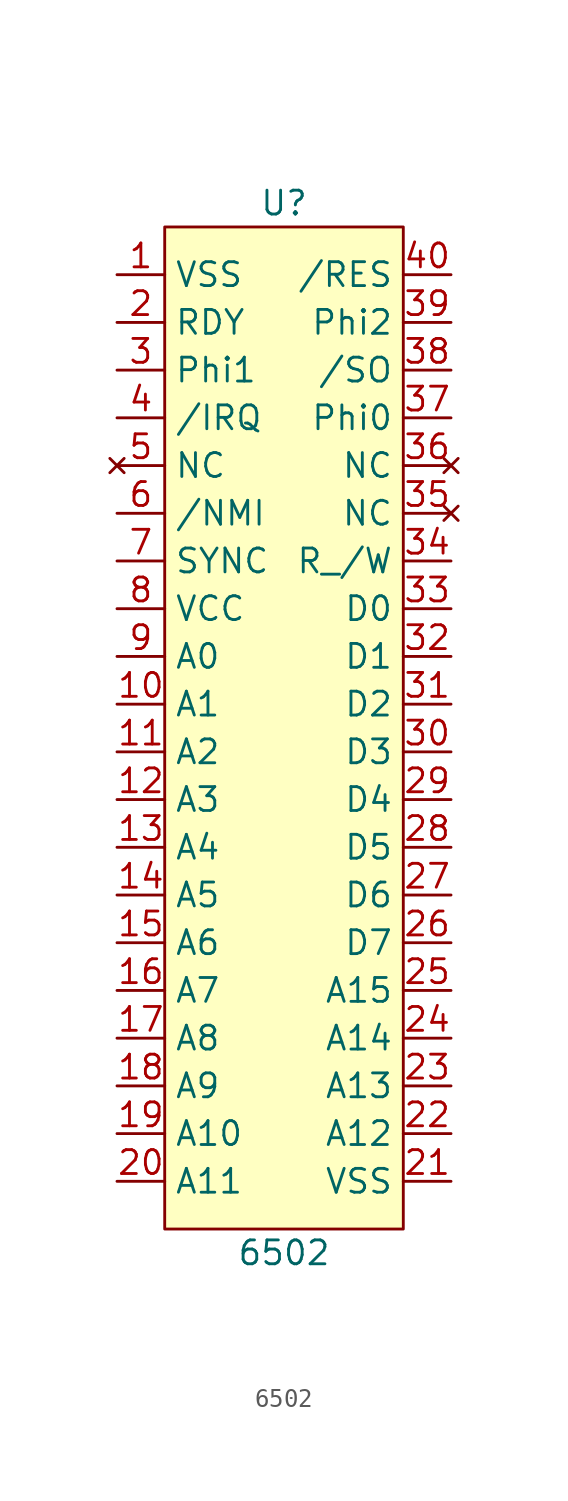
<source format=kicad_sym>
(kicad_symbol_lib
  (version 20211014)
  (generator kicad_symbol_editor)
  (symbol "6502"
    (property "Reference" "U"
      (at 0 27.94 0)
      (effects (font (size 1.27 1.27))))
    (property "Value" "6502"
      (at 0 -27.94 0)
      (effects (font (size 1.27 1.27))))
    (symbol "6502_0_1"
      (rectangle (start -6.35 26.67) (end 6.35 -26.67) (stroke (width 0) (type default) (color 0 0 0 0)) (fill (type background))))
    (symbol "6502_1_1"
      (pin power_in line (at -8.89 24.13 0) (length 2.54) (name "VSS" (effects (font (size 1.27 1.27)))) (number "1" (effects (font (size 1.27 1.27)))))
      (pin output line (at -8.89 1.27 0) (length 2.54) (name "A1" (effects (font (size 1.27 1.27)))) (number "10" (effects (font (size 1.27 1.27)))))
      (pin output line (at -8.89 -1.27 0) (length 2.54) (name "A2" (effects (font (size 1.27 1.27)))) (number "11" (effects (font (size 1.27 1.27)))))
      (pin output line (at -8.89 -3.81 0) (length 2.54) (name "A3" (effects (font (size 1.27 1.27)))) (number "12" (effects (font (size 1.27 1.27)))))
      (pin output line (at -8.89 -6.35 0) (length 2.54) (name "A4" (effects (font (size 1.27 1.27)))) (number "13" (effects (font (size 1.27 1.27)))))
      (pin output line (at -8.89 -8.89 0) (length 2.54) (name "A5" (effects (font (size 1.27 1.27)))) (number "14" (effects (font (size 1.27 1.27)))))
      (pin output line (at -8.89 -11.43 0) (length 2.54) (name "A6" (effects (font (size 1.27 1.27)))) (number "15" (effects (font (size 1.27 1.27)))))
      (pin output line (at -8.89 -13.97 0) (length 2.54) (name "A7" (effects (font (size 1.27 1.27)))) (number "16" (effects (font (size 1.27 1.27)))))
      (pin output line (at -8.89 -16.51 0) (length 2.54) (name "A8" (effects (font (size 1.27 1.27)))) (number "17" (effects (font (size 1.27 1.27)))))
      (pin output line (at -8.89 -19.05 0) (length 2.54) (name "A9" (effects (font (size 1.27 1.27)))) (number "18" (effects (font (size 1.27 1.27)))))
      (pin output line (at -8.89 -21.59 0) (length 2.54) (name "A10" (effects (font (size 1.27 1.27)))) (number "19" (effects (font (size 1.27 1.27)))))
      (pin input line (at -8.89 21.59 0) (length 2.54) (name "RDY" (effects (font (size 1.27 1.27)))) (number "2" (effects (font (size 1.27 1.27)))))
      (pin output line (at -8.89 -24.13 0) (length 2.54) (name "A11" (effects (font (size 1.27 1.27)))) (number "20" (effects (font (size 1.27 1.27)))))
      (pin output line (at 8.89 -24.13 180) (length 2.54) (name "VSS" (effects (font (size 1.27 1.27)))) (number "21" (effects (font (size 1.27 1.27)))))
      (pin output line (at 8.89 -21.59 180) (length 2.54) (name "A12" (effects (font (size 1.27 1.27)))) (number "22" (effects (font (size 1.27 1.27)))))
      (pin output line (at 8.89 -19.05 180) (length 2.54) (name "A13" (effects (font (size 1.27 1.27)))) (number "23" (effects (font (size 1.27 1.27)))))
      (pin output line (at 8.89 -16.51 180) (length 2.54) (name "A14" (effects (font (size 1.27 1.27)))) (number "24" (effects (font (size 1.27 1.27)))))
      (pin output line (at 8.89 -13.97 180) (length 2.54) (name "A15" (effects (font (size 1.27 1.27)))) (number "25" (effects (font (size 1.27 1.27)))))
      (pin bidirectional line (at 8.89 -11.43 180) (length 2.54) (name "D7" (effects (font (size 1.27 1.27)))) (number "26" (effects (font (size 1.27 1.27)))))
      (pin bidirectional line (at 8.89 -8.89 180) (length 2.54) (name "D6" (effects (font (size 1.27 1.27)))) (number "27" (effects (font (size 1.27 1.27)))))
      (pin bidirectional line (at 8.89 -6.35 180) (length 2.54) (name "D5" (effects (font (size 1.27 1.27)))) (number "28" (effects (font (size 1.27 1.27)))))
      (pin bidirectional line (at 8.89 -3.81 180) (length 2.54) (name "D4" (effects (font (size 1.27 1.27)))) (number "29" (effects (font (size 1.27 1.27)))))
      (pin output line (at -8.89 19.05 0) (length 2.54) (name "Phi1" (effects (font (size 1.27 1.27)))) (number "3" (effects (font (size 1.27 1.27)))))
      (pin bidirectional line (at 8.89 -1.27 180) (length 2.54) (name "D3" (effects (font (size 1.27 1.27)))) (number "30" (effects (font (size 1.27 1.27)))))
      (pin bidirectional line (at 8.89 1.27 180) (length 2.54) (name "D2" (effects (font (size 1.27 1.27)))) (number "31" (effects (font (size 1.27 1.27)))))
      (pin bidirectional line (at 8.89 3.81 180) (length 2.54) (name "D1" (effects (font (size 1.27 1.27)))) (number "32" (effects (font (size 1.27 1.27)))))
      (pin bidirectional line (at 8.89 6.35 180) (length 2.54) (name "D0" (effects (font (size 1.27 1.27)))) (number "33" (effects (font (size 1.27 1.27)))))
      (pin output line (at 8.89 8.89 180) (length 2.54) (name "R_/W" (effects (font (size 1.27 1.27)))) (number "34" (effects (font (size 1.27 1.27)))))
      (pin no_connect line (at 8.89 11.43 180) (length 2.54) (name "NC" (effects (font (size 1.27 1.27)))) (number "35" (effects (font (size 1.27 1.27)))))
      (pin no_connect line (at 8.89 13.97 180) (length 2.54) (name "NC" (effects (font (size 1.27 1.27)))) (number "36" (effects (font (size 1.27 1.27)))))
      (pin input line (at 8.89 16.51 180) (length 2.54) (name "Phi0" (effects (font (size 1.27 1.27)))) (number "37" (effects (font (size 1.27 1.27)))))
      (pin input line (at 8.89 19.05 180) (length 2.54) (name "/SO" (effects (font (size 1.27 1.27)))) (number "38" (effects (font (size 1.27 1.27)))))
      (pin output line (at 8.89 21.59 180) (length 2.54) (name "Phi2" (effects (font (size 1.27 1.27)))) (number "39" (effects (font (size 1.27 1.27)))))
      (pin input line (at -8.89 16.51 0) (length 2.54) (name "/IRQ" (effects (font (size 1.27 1.27)))) (number "4" (effects (font (size 1.27 1.27)))))
      (pin input line (at 8.89 24.13 180) (length 2.54) (name "/RES" (effects (font (size 1.27 1.27)))) (number "40" (effects (font (size 1.27 1.27)))))
      (pin no_connect line (at -8.89 13.97 0) (length 2.54) (name "NC" (effects (font (size 1.27 1.27)))) (number "5" (effects (font (size 1.27 1.27)))))
      (pin input line (at -8.89 11.43 0) (length 2.54) (name "/NMI" (effects (font (size 1.27 1.27)))) (number "6" (effects (font (size 1.27 1.27)))))
      (pin output line (at -8.89 8.89 0) (length 2.54) (name "SYNC" (effects (font (size 1.27 1.27)))) (number "7" (effects (font (size 1.27 1.27)))))
      (pin power_in line (at -8.89 6.35 0) (length 2.54) (name "VCC" (effects (font (size 1.27 1.27)))) (number "8" (effects (font (size 1.27 1.27)))))
      (pin output line (at -8.89 3.81 0) (length 2.54) (name "A0" (effects (font (size 1.27 1.27)))) (number "9" (effects (font (size 1.27 1.27))))))))
</source>
